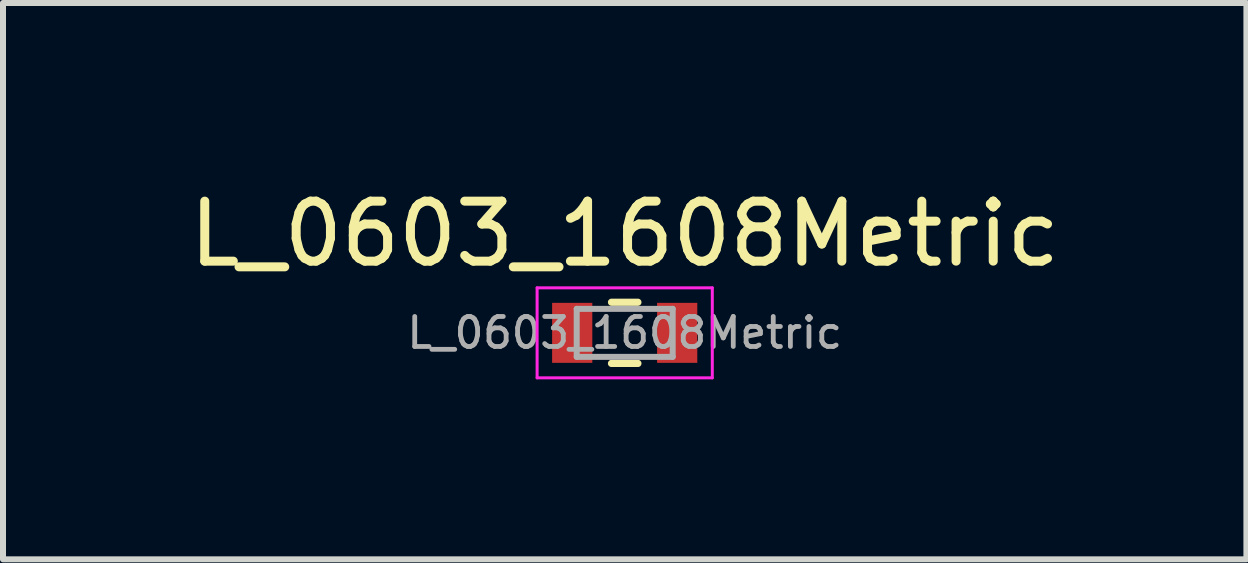
<source format=kicad_pcb>
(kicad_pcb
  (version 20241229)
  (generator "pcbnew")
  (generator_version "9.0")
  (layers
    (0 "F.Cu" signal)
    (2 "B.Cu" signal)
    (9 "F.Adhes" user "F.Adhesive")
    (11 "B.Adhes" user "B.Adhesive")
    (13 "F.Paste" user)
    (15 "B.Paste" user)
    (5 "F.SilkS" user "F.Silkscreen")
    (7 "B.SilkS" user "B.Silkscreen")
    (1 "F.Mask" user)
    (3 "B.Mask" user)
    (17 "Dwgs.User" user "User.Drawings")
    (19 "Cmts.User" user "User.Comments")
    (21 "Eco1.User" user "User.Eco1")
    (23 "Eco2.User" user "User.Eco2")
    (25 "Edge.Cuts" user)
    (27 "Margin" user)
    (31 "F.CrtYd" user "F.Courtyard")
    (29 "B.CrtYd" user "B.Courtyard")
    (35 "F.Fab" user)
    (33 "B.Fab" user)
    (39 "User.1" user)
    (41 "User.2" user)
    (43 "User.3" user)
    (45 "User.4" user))
  (footprint "L_0603_1608Metric"
    (layer "F.Cu")
    (at 7.363 2.498)
    (property "Reference" "L_0603_1608Metric" (at 0 -1.65 0) (layer "F.SilkS") (effects (font (size 1 1) (thickness 0.15))))
    (attr smd)
    (fp_line (start -0.22 -0.51) (end 0.22 -0.51) (stroke (width 0.12) (type solid)) (layer "F.SilkS"))
    (fp_line (start -0.22 0.51) (end 0.22 0.51) (stroke (width 0.12) (type solid)) (layer "F.SilkS"))
    (fp_line (start -1.46 -0.75) (end 1.46 -0.75) (stroke (width 0.05) (type solid)) (layer "F.CrtYd"))
    (fp_line (start -1.46 0.75) (end -1.46 -0.75) (stroke (width 0.05) (type solid)) (layer "F.CrtYd"))
    (fp_line (start 1.46 -0.75) (end 1.46 0.75) (stroke (width 0.05) (type solid)) (layer "F.CrtYd"))
    (fp_line (start 1.46 0.75) (end -1.46 0.75) (stroke (width 0.05) (type solid)) (layer "F.CrtYd"))
    (fp_line (start -0.8 -0.4) (end 0.8 -0.4) (stroke (width 0.1) (type solid)) (layer "F.Fab"))
    (fp_line (start -0.8 0.4) (end -0.8 -0.4) (stroke (width 0.1) (type solid)) (layer "F.Fab"))
    (fp_line (start 0.8 -0.4) (end 0.8 0.4) (stroke (width 0.1) (type solid)) (layer "F.Fab"))
    (fp_line (start 0.8 0.4) (end -0.8 0.4) (stroke (width 0.1) (type solid)) (layer "F.Fab"))
    (fp_text user "${REFERENCE}" (at 0 0 0) (layer "F.Fab") (effects (font (size 0.5 0.5) (thickness 0.08))))
    (pad "1" smd rect (at -0.875 0) (size 0.67 1) (layers "F.Cu" "F.Mask" "F.Paste"))
    (pad "2" smd rect (at 0.875 0) (size 0.67 1) (layers "F.Cu" "F.Mask" "F.Paste")))
  (gr_rect
    (start -3 -3)
    (end 17.726 6.273)
    (stroke (width 0.1) (type default))
    (fill no)
    (layer "Edge.Cuts")))
</source>
